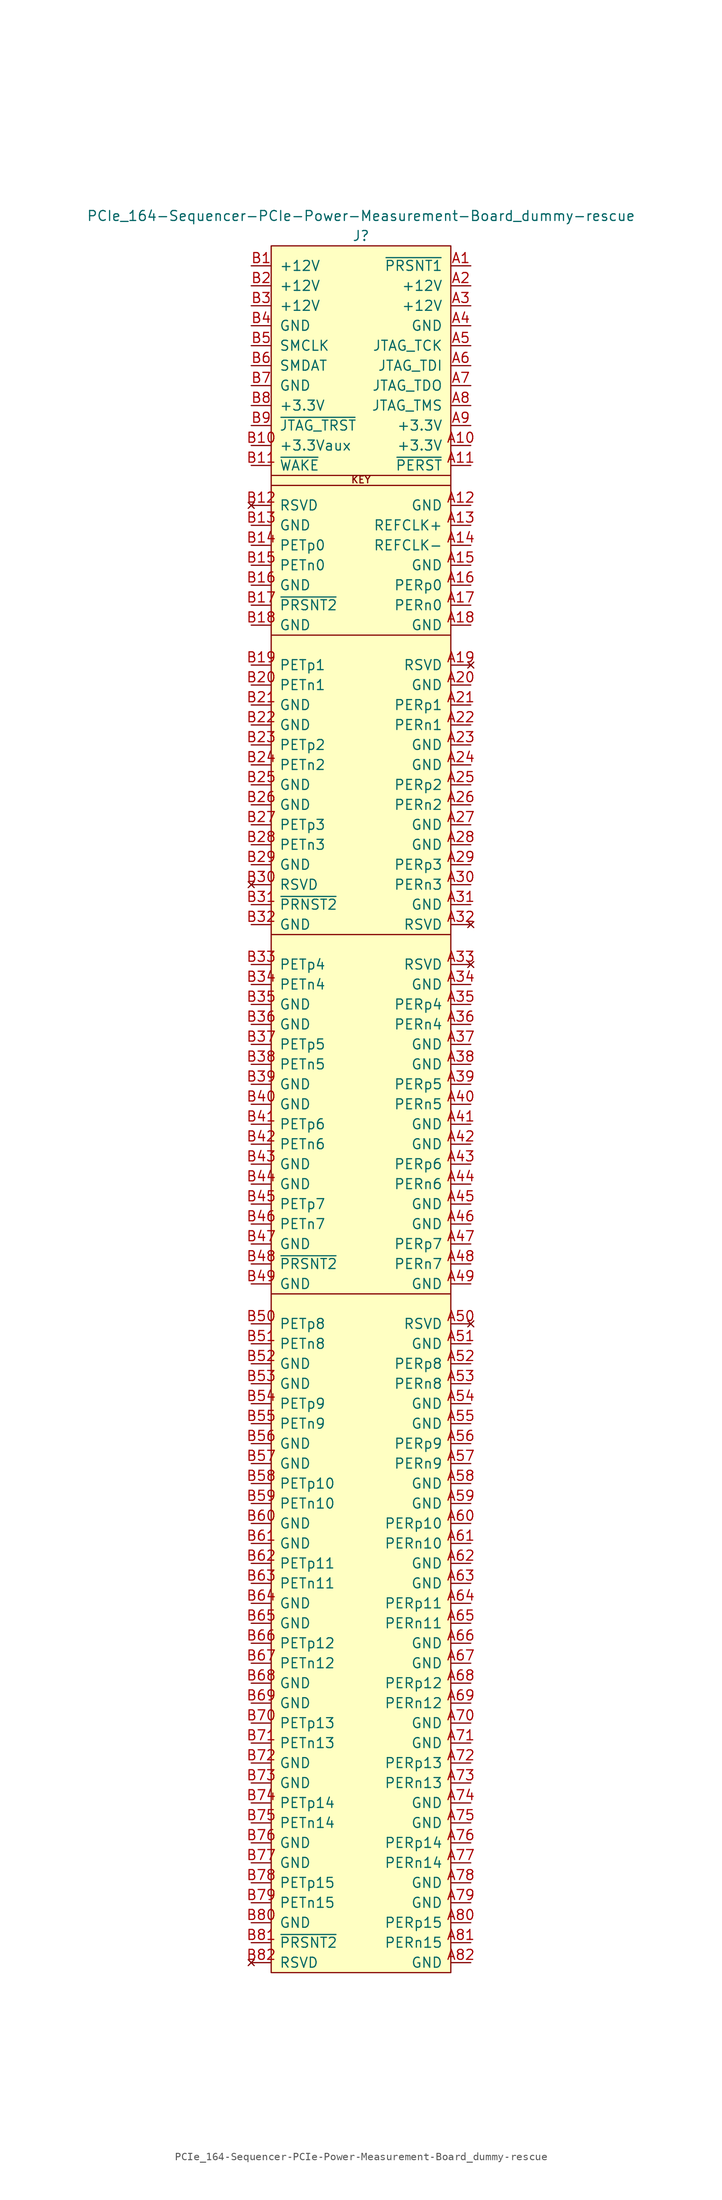
<source format=kicad_sym>
(kicad_symbol_lib
  (version 20220914)
  (generator kicad_symbol_editor)
  (symbol "PCIe_164-Sequencer-PCIe-Power-Measurement-Board_dummy-rescue"
    (pin_names
      (offset 1.016))
    (property "Reference" "J"
      (at -13.97 3.81 0)
      (effects (font (size 1.27 1.27))))
    (property "Value" "PCIe_164-Sequencer-PCIe-Power-Measurement-Board_dummy-rescue"
      (at -13.97 6.35 0)
      (effects (font (size 1.27 1.27))))
    (symbol "PCIe_164-Sequencer-PCIe-Power-Measurement-Board_dummy-rescue_0_0"
      (text "KEY" (at -13.97 -27.737 0) (effects (font (size 0.889 0.889)) (justify bottom))))
    (symbol "PCIe_164-Sequencer-PCIe-Power-Measurement-Board_dummy-rescue_0_1"
      (rectangle (start -25.4 2.54) (end -2.54 -217.17) (stroke (width 0) (type solid)) (fill (type background)))
      (polyline (pts (xy -25.4 -130.81) (xy -2.54 -130.81)) (stroke (width 0) (type solid)) (fill (type none)))
      (polyline (pts (xy -25.4 -85.09) (xy -2.54 -85.09)) (stroke (width 0) (type solid)) (fill (type none)))
      (polyline (pts (xy -25.4 -46.99) (xy -2.54 -46.99)) (stroke (width 0) (type solid)) (fill (type none)))
      (polyline (pts (xy -25.4 -27.94) (xy -2.54 -27.94)) (stroke (width 0) (type solid)) (fill (type none)))
      (polyline (pts (xy -25.4 -26.67) (xy -2.54 -26.67)) (stroke (width 0) (type solid)) (fill (type none))))
    (symbol "PCIe_164-Sequencer-PCIe-Power-Measurement-Board_dummy-rescue_1_1"
      (pin input line (at 0 0 180) (length 2.54) (name "~{PRSNT1}" (effects (font (size 1.27 1.27)))) (number "A1" (effects (font (size 1.27 1.27)))))
      (pin power_in line (at 0 -22.86 180) (length 2.54) (name "+3.3V" (effects (font (size 1.27 1.27)))) (number "A10" (effects (font (size 1.27 1.27)))))
      (pin bidirectional line (at 0 -25.4 180) (length 2.54) (name "~{PERST}" (effects (font (size 1.27 1.27)))) (number "A11" (effects (font (size 1.27 1.27)))))
      (pin power_in line (at 0 -30.48 180) (length 2.54) (name "GND" (effects (font (size 1.27 1.27)))) (number "A12" (effects (font (size 1.27 1.27)))))
      (pin bidirectional line (at 0 -33.02 180) (length 2.54) (name "REFCLK+" (effects (font (size 1.27 1.27)))) (number "A13" (effects (font (size 1.27 1.27)))))
      (pin bidirectional line (at 0 -35.56 180) (length 2.54) (name "REFCLK-" (effects (font (size 1.27 1.27)))) (number "A14" (effects (font (size 1.27 1.27)))))
      (pin power_in line (at 0 -38.1 180) (length 2.54) (name "GND" (effects (font (size 1.27 1.27)))) (number "A15" (effects (font (size 1.27 1.27)))))
      (pin bidirectional line (at 0 -40.64 180) (length 2.54) (name "PERp0" (effects (font (size 1.27 1.27)))) (number "A16" (effects (font (size 1.27 1.27)))))
      (pin bidirectional line (at 0 -43.18 180) (length 2.54) (name "PERn0" (effects (font (size 1.27 1.27)))) (number "A17" (effects (font (size 1.27 1.27)))))
      (pin power_in line (at 0 -45.72 180) (length 2.54) (name "GND" (effects (font (size 1.27 1.27)))) (number "A18" (effects (font (size 1.27 1.27)))))
      (pin no_connect line (at 0 -50.8 180) (length 2.54) (name "RSVD" (effects (font (size 1.27 1.27)))) (number "A19" (effects (font (size 1.27 1.27)))))
      (pin power_in line (at 0 -2.54 180) (length 2.54) (name "+12V" (effects (font (size 1.27 1.27)))) (number "A2" (effects (font (size 1.27 1.27)))))
      (pin power_in line (at 0 -53.34 180) (length 2.54) (name "GND" (effects (font (size 1.27 1.27)))) (number "A20" (effects (font (size 1.27 1.27)))))
      (pin bidirectional line (at 0 -55.88 180) (length 2.54) (name "PERp1" (effects (font (size 1.27 1.27)))) (number "A21" (effects (font (size 1.27 1.27)))))
      (pin bidirectional line (at 0 -58.42 180) (length 2.54) (name "PERn1" (effects (font (size 1.27 1.27)))) (number "A22" (effects (font (size 1.27 1.27)))))
      (pin power_in line (at 0 -60.96 180) (length 2.54) (name "GND" (effects (font (size 1.27 1.27)))) (number "A23" (effects (font (size 1.27 1.27)))))
      (pin power_in line (at 0 -63.5 180) (length 2.54) (name "GND" (effects (font (size 1.27 1.27)))) (number "A24" (effects (font (size 1.27 1.27)))))
      (pin bidirectional line (at 0 -66.04 180) (length 2.54) (name "PERp2" (effects (font (size 1.27 1.27)))) (number "A25" (effects (font (size 1.27 1.27)))))
      (pin bidirectional line (at 0 -68.58 180) (length 2.54) (name "PERn2" (effects (font (size 1.27 1.27)))) (number "A26" (effects (font (size 1.27 1.27)))))
      (pin power_in line (at 0 -71.12 180) (length 2.54) (name "GND" (effects (font (size 1.27 1.27)))) (number "A27" (effects (font (size 1.27 1.27)))))
      (pin power_in line (at 0 -73.66 180) (length 2.54) (name "GND" (effects (font (size 1.27 1.27)))) (number "A28" (effects (font (size 1.27 1.27)))))
      (pin bidirectional line (at 0 -76.2 180) (length 2.54) (name "PERp3" (effects (font (size 1.27 1.27)))) (number "A29" (effects (font (size 1.27 1.27)))))
      (pin power_in line (at 0 -5.08 180) (length 2.54) (name "+12V" (effects (font (size 1.27 1.27)))) (number "A3" (effects (font (size 1.27 1.27)))))
      (pin bidirectional line (at 0 -78.74 180) (length 2.54) (name "PERn3" (effects (font (size 1.27 1.27)))) (number "A30" (effects (font (size 1.27 1.27)))))
      (pin power_in line (at 0 -81.28 180) (length 2.54) (name "GND" (effects (font (size 1.27 1.27)))) (number "A31" (effects (font (size 1.27 1.27)))))
      (pin no_connect line (at 0 -83.82 180) (length 2.54) (name "RSVD" (effects (font (size 1.27 1.27)))) (number "A32" (effects (font (size 1.27 1.27)))))
      (pin no_connect line (at 0 -88.9 180) (length 2.54) (name "RSVD" (effects (font (size 1.27 1.27)))) (number "A33" (effects (font (size 1.27 1.27)))))
      (pin power_in line (at 0 -91.44 180) (length 2.54) (name "GND" (effects (font (size 1.27 1.27)))) (number "A34" (effects (font (size 1.27 1.27)))))
      (pin bidirectional line (at 0 -93.98 180) (length 2.54) (name "PERp4" (effects (font (size 1.27 1.27)))) (number "A35" (effects (font (size 1.27 1.27)))))
      (pin bidirectional line (at 0 -96.52 180) (length 2.54) (name "PERn4" (effects (font (size 1.27 1.27)))) (number "A36" (effects (font (size 1.27 1.27)))))
      (pin power_in line (at 0 -99.06 180) (length 2.54) (name "GND" (effects (font (size 1.27 1.27)))) (number "A37" (effects (font (size 1.27 1.27)))))
      (pin power_in line (at 0 -101.6 180) (length 2.54) (name "GND" (effects (font (size 1.27 1.27)))) (number "A38" (effects (font (size 1.27 1.27)))))
      (pin bidirectional line (at 0 -104.14 180) (length 2.54) (name "PERp5" (effects (font (size 1.27 1.27)))) (number "A39" (effects (font (size 1.27 1.27)))))
      (pin power_in line (at 0 -7.62 180) (length 2.54) (name "GND" (effects (font (size 1.27 1.27)))) (number "A4" (effects (font (size 1.27 1.27)))))
      (pin bidirectional line (at 0 -106.68 180) (length 2.54) (name "PERn5" (effects (font (size 1.27 1.27)))) (number "A40" (effects (font (size 1.27 1.27)))))
      (pin power_in line (at 0 -109.22 180) (length 2.54) (name "GND" (effects (font (size 1.27 1.27)))) (number "A41" (effects (font (size 1.27 1.27)))))
      (pin power_in line (at 0 -111.76 180) (length 2.54) (name "GND" (effects (font (size 1.27 1.27)))) (number "A42" (effects (font (size 1.27 1.27)))))
      (pin bidirectional line (at 0 -114.3 180) (length 2.54) (name "PERp6" (effects (font (size 1.27 1.27)))) (number "A43" (effects (font (size 1.27 1.27)))))
      (pin bidirectional line (at 0 -116.84 180) (length 2.54) (name "PERn6" (effects (font (size 1.27 1.27)))) (number "A44" (effects (font (size 1.27 1.27)))))
      (pin power_in line (at 0 -119.38 180) (length 2.54) (name "GND" (effects (font (size 1.27 1.27)))) (number "A45" (effects (font (size 1.27 1.27)))))
      (pin power_in line (at 0 -121.92 180) (length 2.54) (name "GND" (effects (font (size 1.27 1.27)))) (number "A46" (effects (font (size 1.27 1.27)))))
      (pin bidirectional line (at 0 -124.46 180) (length 2.54) (name "PERp7" (effects (font (size 1.27 1.27)))) (number "A47" (effects (font (size 1.27 1.27)))))
      (pin bidirectional line (at 0 -127 180) (length 2.54) (name "PERn7" (effects (font (size 1.27 1.27)))) (number "A48" (effects (font (size 1.27 1.27)))))
      (pin power_in line (at 0 -129.54 180) (length 2.54) (name "GND" (effects (font (size 1.27 1.27)))) (number "A49" (effects (font (size 1.27 1.27)))))
      (pin bidirectional line (at 0 -10.16 180) (length 2.54) (name "JTAG_TCK" (effects (font (size 1.27 1.27)))) (number "A5" (effects (font (size 1.27 1.27)))))
      (pin no_connect line (at 0 -134.62 180) (length 2.54) (name "RSVD" (effects (font (size 1.27 1.27)))) (number "A50" (effects (font (size 1.27 1.27)))))
      (pin power_in line (at 0 -137.16 180) (length 2.54) (name "GND" (effects (font (size 1.27 1.27)))) (number "A51" (effects (font (size 1.27 1.27)))))
      (pin bidirectional line (at 0 -139.7 180) (length 2.54) (name "PERp8" (effects (font (size 1.27 1.27)))) (number "A52" (effects (font (size 1.27 1.27)))))
      (pin bidirectional line (at 0 -142.24 180) (length 2.54) (name "PERn8" (effects (font (size 1.27 1.27)))) (number "A53" (effects (font (size 1.27 1.27)))))
      (pin power_in line (at 0 -144.78 180) (length 2.54) (name "GND" (effects (font (size 1.27 1.27)))) (number "A54" (effects (font (size 1.27 1.27)))))
      (pin power_in line (at 0 -147.32 180) (length 2.54) (name "GND" (effects (font (size 1.27 1.27)))) (number "A55" (effects (font (size 1.27 1.27)))))
      (pin bidirectional line (at 0 -149.86 180) (length 2.54) (name "PERp9" (effects (font (size 1.27 1.27)))) (number "A56" (effects (font (size 1.27 1.27)))))
      (pin bidirectional line (at 0 -152.4 180) (length 2.54) (name "PERn9" (effects (font (size 1.27 1.27)))) (number "A57" (effects (font (size 1.27 1.27)))))
      (pin power_in line (at 0 -154.94 180) (length 2.54) (name "GND" (effects (font (size 1.27 1.27)))) (number "A58" (effects (font (size 1.27 1.27)))))
      (pin power_in line (at 0 -157.48 180) (length 2.54) (name "GND" (effects (font (size 1.27 1.27)))) (number "A59" (effects (font (size 1.27 1.27)))))
      (pin bidirectional line (at 0 -12.7 180) (length 2.54) (name "JTAG_TDI" (effects (font (size 1.27 1.27)))) (number "A6" (effects (font (size 1.27 1.27)))))
      (pin bidirectional line (at 0 -160.02 180) (length 2.54) (name "PERp10" (effects (font (size 1.27 1.27)))) (number "A60" (effects (font (size 1.27 1.27)))))
      (pin bidirectional line (at 0 -162.56 180) (length 2.54) (name "PERn10" (effects (font (size 1.27 1.27)))) (number "A61" (effects (font (size 1.27 1.27)))))
      (pin power_in line (at 0 -165.1 180) (length 2.54) (name "GND" (effects (font (size 1.27 1.27)))) (number "A62" (effects (font (size 1.27 1.27)))))
      (pin power_in line (at 0 -167.64 180) (length 2.54) (name "GND" (effects (font (size 1.27 1.27)))) (number "A63" (effects (font (size 1.27 1.27)))))
      (pin bidirectional line (at 0 -170.18 180) (length 2.54) (name "PERp11" (effects (font (size 1.27 1.27)))) (number "A64" (effects (font (size 1.27 1.27)))))
      (pin bidirectional line (at 0 -172.72 180) (length 2.54) (name "PERn11" (effects (font (size 1.27 1.27)))) (number "A65" (effects (font (size 1.27 1.27)))))
      (pin power_in line (at 0 -175.26 180) (length 2.54) (name "GND" (effects (font (size 1.27 1.27)))) (number "A66" (effects (font (size 1.27 1.27)))))
      (pin power_in line (at 0 -177.8 180) (length 2.54) (name "GND" (effects (font (size 1.27 1.27)))) (number "A67" (effects (font (size 1.27 1.27)))))
      (pin bidirectional line (at 0 -180.34 180) (length 2.54) (name "PERp12" (effects (font (size 1.27 1.27)))) (number "A68" (effects (font (size 1.27 1.27)))))
      (pin bidirectional line (at 0 -182.88 180) (length 2.54) (name "PERn12" (effects (font (size 1.27 1.27)))) (number "A69" (effects (font (size 1.27 1.27)))))
      (pin bidirectional line (at 0 -15.24 180) (length 2.54) (name "JTAG_TDO" (effects (font (size 1.27 1.27)))) (number "A7" (effects (font (size 1.27 1.27)))))
      (pin power_in line (at 0 -185.42 180) (length 2.54) (name "GND" (effects (font (size 1.27 1.27)))) (number "A70" (effects (font (size 1.27 1.27)))))
      (pin power_in line (at 0 -187.96 180) (length 2.54) (name "GND" (effects (font (size 1.27 1.27)))) (number "A71" (effects (font (size 1.27 1.27)))))
      (pin bidirectional line (at 0 -190.5 180) (length 2.54) (name "PERp13" (effects (font (size 1.27 1.27)))) (number "A72" (effects (font (size 1.27 1.27)))))
      (pin bidirectional line (at 0 -193.04 180) (length 2.54) (name "PERn13" (effects (font (size 1.27 1.27)))) (number "A73" (effects (font (size 1.27 1.27)))))
      (pin power_in line (at 0 -195.58 180) (length 2.54) (name "GND" (effects (font (size 1.27 1.27)))) (number "A74" (effects (font (size 1.27 1.27)))))
      (pin power_in line (at 0 -198.12 180) (length 2.54) (name "GND" (effects (font (size 1.27 1.27)))) (number "A75" (effects (font (size 1.27 1.27)))))
      (pin bidirectional line (at 0 -200.66 180) (length 2.54) (name "PERp14" (effects (font (size 1.27 1.27)))) (number "A76" (effects (font (size 1.27 1.27)))))
      (pin bidirectional line (at 0 -203.2 180) (length 2.54) (name "PERn14" (effects (font (size 1.27 1.27)))) (number "A77" (effects (font (size 1.27 1.27)))))
      (pin power_in line (at 0 -205.74 180) (length 2.54) (name "GND" (effects (font (size 1.27 1.27)))) (number "A78" (effects (font (size 1.27 1.27)))))
      (pin power_in line (at 0 -208.28 180) (length 2.54) (name "GND" (effects (font (size 1.27 1.27)))) (number "A79" (effects (font (size 1.27 1.27)))))
      (pin bidirectional line (at 0 -17.78 180) (length 2.54) (name "JTAG_TMS" (effects (font (size 1.27 1.27)))) (number "A8" (effects (font (size 1.27 1.27)))))
      (pin bidirectional line (at 0 -210.82 180) (length 2.54) (name "PERp15" (effects (font (size 1.27 1.27)))) (number "A80" (effects (font (size 1.27 1.27)))))
      (pin bidirectional line (at 0 -213.36 180) (length 2.54) (name "PERn15" (effects (font (size 1.27 1.27)))) (number "A81" (effects (font (size 1.27 1.27)))))
      (pin power_in line (at 0 -215.9 180) (length 2.54) (name "GND" (effects (font (size 1.27 1.27)))) (number "A82" (effects (font (size 1.27 1.27)))))
      (pin power_in line (at 0 -20.32 180) (length 2.54) (name "+3.3V" (effects (font (size 1.27 1.27)))) (number "A9" (effects (font (size 1.27 1.27)))))
      (pin power_in line (at -27.94 0 0) (length 2.54) (name "+12V" (effects (font (size 1.27 1.27)))) (number "B1" (effects (font (size 1.27 1.27)))))
      (pin power_in line (at -27.94 -22.86 0) (length 2.54) (name "+3.3Vaux" (effects (font (size 1.27 1.27)))) (number "B10" (effects (font (size 1.27 1.27)))))
      (pin bidirectional line (at -27.94 -25.4 0) (length 2.54) (name "~{WAKE}" (effects (font (size 1.27 1.27)))) (number "B11" (effects (font (size 1.27 1.27)))))
      (pin no_connect line (at -27.94 -30.48 0) (length 2.54) (name "RSVD" (effects (font (size 1.27 1.27)))) (number "B12" (effects (font (size 1.27 1.27)))))
      (pin power_in line (at -27.94 -33.02 0) (length 2.54) (name "GND" (effects (font (size 1.27 1.27)))) (number "B13" (effects (font (size 1.27 1.27)))))
      (pin bidirectional line (at -27.94 -35.56 0) (length 2.54) (name "PETp0" (effects (font (size 1.27 1.27)))) (number "B14" (effects (font (size 1.27 1.27)))))
      (pin bidirectional line (at -27.94 -38.1 0) (length 2.54) (name "PETn0" (effects (font (size 1.27 1.27)))) (number "B15" (effects (font (size 1.27 1.27)))))
      (pin power_in line (at -27.94 -40.64 0) (length 2.54) (name "GND" (effects (font (size 1.27 1.27)))) (number "B16" (effects (font (size 1.27 1.27)))))
      (pin bidirectional line (at -27.94 -43.18 0) (length 2.54) (name "~{PRSNT2}" (effects (font (size 1.27 1.27)))) (number "B17" (effects (font (size 1.27 1.27)))))
      (pin power_in line (at -27.94 -45.72 0) (length 2.54) (name "GND" (effects (font (size 1.27 1.27)))) (number "B18" (effects (font (size 1.27 1.27)))))
      (pin bidirectional line (at -27.94 -50.8 0) (length 2.54) (name "PETp1" (effects (font (size 1.27 1.27)))) (number "B19" (effects (font (size 1.27 1.27)))))
      (pin power_in line (at -27.94 -2.54 0) (length 2.54) (name "+12V" (effects (font (size 1.27 1.27)))) (number "B2" (effects (font (size 1.27 1.27)))))
      (pin bidirectional line (at -27.94 -53.34 0) (length 2.54) (name "PETn1" (effects (font (size 1.27 1.27)))) (number "B20" (effects (font (size 1.27 1.27)))))
      (pin power_in line (at -27.94 -55.88 0) (length 2.54) (name "GND" (effects (font (size 1.27 1.27)))) (number "B21" (effects (font (size 1.27 1.27)))))
      (pin power_in line (at -27.94 -58.42 0) (length 2.54) (name "GND" (effects (font (size 1.27 1.27)))) (number "B22" (effects (font (size 1.27 1.27)))))
      (pin bidirectional line (at -27.94 -60.96 0) (length 2.54) (name "PETp2" (effects (font (size 1.27 1.27)))) (number "B23" (effects (font (size 1.27 1.27)))))
      (pin bidirectional line (at -27.94 -63.5 0) (length 2.54) (name "PETn2" (effects (font (size 1.27 1.27)))) (number "B24" (effects (font (size 1.27 1.27)))))
      (pin power_in line (at -27.94 -66.04 0) (length 2.54) (name "GND" (effects (font (size 1.27 1.27)))) (number "B25" (effects (font (size 1.27 1.27)))))
      (pin power_in line (at -27.94 -68.58 0) (length 2.54) (name "GND" (effects (font (size 1.27 1.27)))) (number "B26" (effects (font (size 1.27 1.27)))))
      (pin bidirectional line (at -27.94 -71.12 0) (length 2.54) (name "PETp3" (effects (font (size 1.27 1.27)))) (number "B27" (effects (font (size 1.27 1.27)))))
      (pin bidirectional line (at -27.94 -73.66 0) (length 2.54) (name "PETn3" (effects (font (size 1.27 1.27)))) (number "B28" (effects (font (size 1.27 1.27)))))
      (pin power_in line (at -27.94 -76.2 0) (length 2.54) (name "GND" (effects (font (size 1.27 1.27)))) (number "B29" (effects (font (size 1.27 1.27)))))
      (pin power_in line (at -27.94 -5.08 0) (length 2.54) (name "+12V" (effects (font (size 1.27 1.27)))) (number "B3" (effects (font (size 1.27 1.27)))))
      (pin no_connect line (at -27.94 -78.74 0) (length 2.54) (name "RSVD" (effects (font (size 1.27 1.27)))) (number "B30" (effects (font (size 1.27 1.27)))))
      (pin bidirectional line (at -27.94 -81.28 0) (length 2.54) (name "~{PRNST2}" (effects (font (size 1.27 1.27)))) (number "B31" (effects (font (size 1.27 1.27)))))
      (pin power_in line (at -27.94 -83.82 0) (length 2.54) (name "GND" (effects (font (size 1.27 1.27)))) (number "B32" (effects (font (size 1.27 1.27)))))
      (pin bidirectional line (at -27.94 -88.9 0) (length 2.54) (name "PETp4" (effects (font (size 1.27 1.27)))) (number "B33" (effects (font (size 1.27 1.27)))))
      (pin bidirectional line (at -27.94 -91.44 0) (length 2.54) (name "PETn4" (effects (font (size 1.27 1.27)))) (number "B34" (effects (font (size 1.27 1.27)))))
      (pin power_in line (at -27.94 -93.98 0) (length 2.54) (name "GND" (effects (font (size 1.27 1.27)))) (number "B35" (effects (font (size 1.27 1.27)))))
      (pin power_in line (at -27.94 -96.52 0) (length 2.54) (name "GND" (effects (font (size 1.27 1.27)))) (number "B36" (effects (font (size 1.27 1.27)))))
      (pin bidirectional line (at -27.94 -99.06 0) (length 2.54) (name "PETp5" (effects (font (size 1.27 1.27)))) (number "B37" (effects (font (size 1.27 1.27)))))
      (pin bidirectional line (at -27.94 -101.6 0) (length 2.54) (name "PETn5" (effects (font (size 1.27 1.27)))) (number "B38" (effects (font (size 1.27 1.27)))))
      (pin power_in line (at -27.94 -104.14 0) (length 2.54) (name "GND" (effects (font (size 1.27 1.27)))) (number "B39" (effects (font (size 1.27 1.27)))))
      (pin power_in line (at -27.94 -7.62 0) (length 2.54) (name "GND" (effects (font (size 1.27 1.27)))) (number "B4" (effects (font (size 1.27 1.27)))))
      (pin power_in line (at -27.94 -106.68 0) (length 2.54) (name "GND" (effects (font (size 1.27 1.27)))) (number "B40" (effects (font (size 1.27 1.27)))))
      (pin bidirectional line (at -27.94 -109.22 0) (length 2.54) (name "PETp6" (effects (font (size 1.27 1.27)))) (number "B41" (effects (font (size 1.27 1.27)))))
      (pin bidirectional line (at -27.94 -111.76 0) (length 2.54) (name "PETn6" (effects (font (size 1.27 1.27)))) (number "B42" (effects (font (size 1.27 1.27)))))
      (pin power_in line (at -27.94 -114.3 0) (length 2.54) (name "GND" (effects (font (size 1.27 1.27)))) (number "B43" (effects (font (size 1.27 1.27)))))
      (pin power_in line (at -27.94 -116.84 0) (length 2.54) (name "GND" (effects (font (size 1.27 1.27)))) (number "B44" (effects (font (size 1.27 1.27)))))
      (pin bidirectional line (at -27.94 -119.38 0) (length 2.54) (name "PETp7" (effects (font (size 1.27 1.27)))) (number "B45" (effects (font (size 1.27 1.27)))))
      (pin bidirectional line (at -27.94 -121.92 0) (length 2.54) (name "PETn7" (effects (font (size 1.27 1.27)))) (number "B46" (effects (font (size 1.27 1.27)))))
      (pin power_in line (at -27.94 -124.46 0) (length 2.54) (name "GND" (effects (font (size 1.27 1.27)))) (number "B47" (effects (font (size 1.27 1.27)))))
      (pin bidirectional line (at -27.94 -127 0) (length 2.54) (name "~{PRSNT2}" (effects (font (size 1.27 1.27)))) (number "B48" (effects (font (size 1.27 1.27)))))
      (pin power_in line (at -27.94 -129.54 0) (length 2.54) (name "GND" (effects (font (size 1.27 1.27)))) (number "B49" (effects (font (size 1.27 1.27)))))
      (pin bidirectional line (at -27.94 -10.16 0) (length 2.54) (name "SMCLK" (effects (font (size 1.27 1.27)))) (number "B5" (effects (font (size 1.27 1.27)))))
      (pin bidirectional line (at -27.94 -134.62 0) (length 2.54) (name "PETp8" (effects (font (size 1.27 1.27)))) (number "B50" (effects (font (size 1.27 1.27)))))
      (pin bidirectional line (at -27.94 -137.16 0) (length 2.54) (name "PETn8" (effects (font (size 1.27 1.27)))) (number "B51" (effects (font (size 1.27 1.27)))))
      (pin power_in line (at -27.94 -139.7 0) (length 2.54) (name "GND" (effects (font (size 1.27 1.27)))) (number "B52" (effects (font (size 1.27 1.27)))))
      (pin power_in line (at -27.94 -142.24 0) (length 2.54) (name "GND" (effects (font (size 1.27 1.27)))) (number "B53" (effects (font (size 1.27 1.27)))))
      (pin bidirectional line (at -27.94 -144.78 0) (length 2.54) (name "PETp9" (effects (font (size 1.27 1.27)))) (number "B54" (effects (font (size 1.27 1.27)))))
      (pin bidirectional line (at -27.94 -147.32 0) (length 2.54) (name "PETn9" (effects (font (size 1.27 1.27)))) (number "B55" (effects (font (size 1.27 1.27)))))
      (pin power_in line (at -27.94 -149.86 0) (length 2.54) (name "GND" (effects (font (size 1.27 1.27)))) (number "B56" (effects (font (size 1.27 1.27)))))
      (pin power_in line (at -27.94 -152.4 0) (length 2.54) (name "GND" (effects (font (size 1.27 1.27)))) (number "B57" (effects (font (size 1.27 1.27)))))
      (pin bidirectional line (at -27.94 -154.94 0) (length 2.54) (name "PETp10" (effects (font (size 1.27 1.27)))) (number "B58" (effects (font (size 1.27 1.27)))))
      (pin bidirectional line (at -27.94 -157.48 0) (length 2.54) (name "PETn10" (effects (font (size 1.27 1.27)))) (number "B59" (effects (font (size 1.27 1.27)))))
      (pin bidirectional line (at -27.94 -12.7 0) (length 2.54) (name "SMDAT" (effects (font (size 1.27 1.27)))) (number "B6" (effects (font (size 1.27 1.27)))))
      (pin power_in line (at -27.94 -160.02 0) (length 2.54) (name "GND" (effects (font (size 1.27 1.27)))) (number "B60" (effects (font (size 1.27 1.27)))))
      (pin power_in line (at -27.94 -162.56 0) (length 2.54) (name "GND" (effects (font (size 1.27 1.27)))) (number "B61" (effects (font (size 1.27 1.27)))))
      (pin bidirectional line (at -27.94 -165.1 0) (length 2.54) (name "PETp11" (effects (font (size 1.27 1.27)))) (number "B62" (effects (font (size 1.27 1.27)))))
      (pin bidirectional line (at -27.94 -167.64 0) (length 2.54) (name "PETn11" (effects (font (size 1.27 1.27)))) (number "B63" (effects (font (size 1.27 1.27)))))
      (pin power_in line (at -27.94 -170.18 0) (length 2.54) (name "GND" (effects (font (size 1.27 1.27)))) (number "B64" (effects (font (size 1.27 1.27)))))
      (pin power_in line (at -27.94 -172.72 0) (length 2.54) (name "GND" (effects (font (size 1.27 1.27)))) (number "B65" (effects (font (size 1.27 1.27)))))
      (pin bidirectional line (at -27.94 -175.26 0) (length 2.54) (name "PETp12" (effects (font (size 1.27 1.27)))) (number "B66" (effects (font (size 1.27 1.27)))))
      (pin bidirectional line (at -27.94 -177.8 0) (length 2.54) (name "PETn12" (effects (font (size 1.27 1.27)))) (number "B67" (effects (font (size 1.27 1.27)))))
      (pin power_in line (at -27.94 -180.34 0) (length 2.54) (name "GND" (effects (font (size 1.27 1.27)))) (number "B68" (effects (font (size 1.27 1.27)))))
      (pin power_in line (at -27.94 -182.88 0) (length 2.54) (name "GND" (effects (font (size 1.27 1.27)))) (number "B69" (effects (font (size 1.27 1.27)))))
      (pin power_in line (at -27.94 -15.24 0) (length 2.54) (name "GND" (effects (font (size 1.27 1.27)))) (number "B7" (effects (font (size 1.27 1.27)))))
      (pin bidirectional line (at -27.94 -185.42 0) (length 2.54) (name "PETp13" (effects (font (size 1.27 1.27)))) (number "B70" (effects (font (size 1.27 1.27)))))
      (pin bidirectional line (at -27.94 -187.96 0) (length 2.54) (name "PETn13" (effects (font (size 1.27 1.27)))) (number "B71" (effects (font (size 1.27 1.27)))))
      (pin power_in line (at -27.94 -190.5 0) (length 2.54) (name "GND" (effects (font (size 1.27 1.27)))) (number "B72" (effects (font (size 1.27 1.27)))))
      (pin power_in line (at -27.94 -193.04 0) (length 2.54) (name "GND" (effects (font (size 1.27 1.27)))) (number "B73" (effects (font (size 1.27 1.27)))))
      (pin bidirectional line (at -27.94 -195.58 0) (length 2.54) (name "PETp14" (effects (font (size 1.27 1.27)))) (number "B74" (effects (font (size 1.27 1.27)))))
      (pin bidirectional line (at -27.94 -198.12 0) (length 2.54) (name "PETn14" (effects (font (size 1.27 1.27)))) (number "B75" (effects (font (size 1.27 1.27)))))
      (pin power_in line (at -27.94 -200.66 0) (length 2.54) (name "GND" (effects (font (size 1.27 1.27)))) (number "B76" (effects (font (size 1.27 1.27)))))
      (pin power_in line (at -27.94 -203.2 0) (length 2.54) (name "GND" (effects (font (size 1.27 1.27)))) (number "B77" (effects (font (size 1.27 1.27)))))
      (pin bidirectional line (at -27.94 -205.74 0) (length 2.54) (name "PETp15" (effects (font (size 1.27 1.27)))) (number "B78" (effects (font (size 1.27 1.27)))))
      (pin bidirectional line (at -27.94 -208.28 0) (length 2.54) (name "PETn15" (effects (font (size 1.27 1.27)))) (number "B79" (effects (font (size 1.27 1.27)))))
      (pin power_in line (at -27.94 -17.78 0) (length 2.54) (name "+3.3V" (effects (font (size 1.27 1.27)))) (number "B8" (effects (font (size 1.27 1.27)))))
      (pin power_in line (at -27.94 -210.82 0) (length 2.54) (name "GND" (effects (font (size 1.27 1.27)))) (number "B80" (effects (font (size 1.27 1.27)))))
      (pin bidirectional line (at -27.94 -213.36 0) (length 2.54) (name "~{PRSNT2}" (effects (font (size 1.27 1.27)))) (number "B81" (effects (font (size 1.27 1.27)))))
      (pin no_connect line (at -27.94 -215.9 0) (length 2.54) (name "RSVD" (effects (font (size 1.27 1.27)))) (number "B82" (effects (font (size 1.27 1.27)))))
      (pin bidirectional line (at -27.94 -20.32 0) (length 2.54) (name "~{JTAG_TRST}" (effects (font (size 1.27 1.27)))) (number "B9" (effects (font (size 1.27 1.27))))))))
</source>
